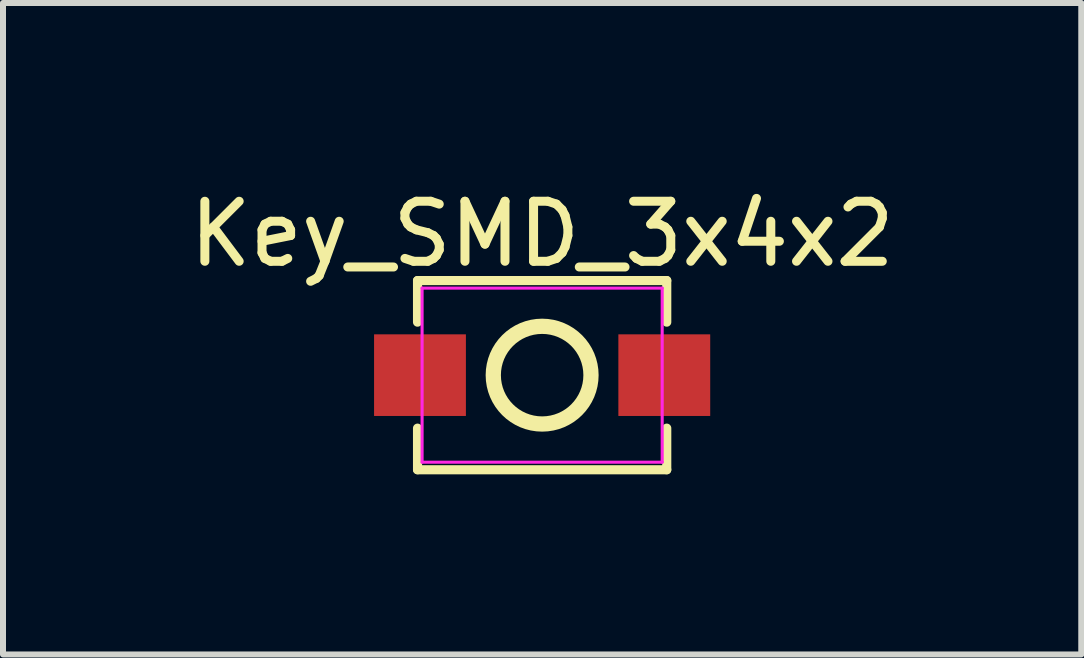
<source format=kicad_pcb>
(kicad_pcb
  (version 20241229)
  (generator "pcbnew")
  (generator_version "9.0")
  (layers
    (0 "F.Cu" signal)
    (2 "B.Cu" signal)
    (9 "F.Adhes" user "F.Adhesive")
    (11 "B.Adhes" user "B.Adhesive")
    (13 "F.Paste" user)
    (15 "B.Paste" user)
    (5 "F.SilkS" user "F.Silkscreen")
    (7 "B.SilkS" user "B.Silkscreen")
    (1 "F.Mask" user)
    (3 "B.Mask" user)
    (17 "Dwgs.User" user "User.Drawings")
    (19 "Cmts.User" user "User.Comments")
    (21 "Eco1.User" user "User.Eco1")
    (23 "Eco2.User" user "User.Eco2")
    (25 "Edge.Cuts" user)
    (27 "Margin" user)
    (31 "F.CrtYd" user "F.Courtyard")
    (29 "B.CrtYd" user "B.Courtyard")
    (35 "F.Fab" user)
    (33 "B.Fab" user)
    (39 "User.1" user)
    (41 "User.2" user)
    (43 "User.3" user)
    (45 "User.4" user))
  (footprint "Key_SMD_3x4x2"
    (layer "F.Cu")
    (at 5.982 3.2)
    (property "Reference" "Key_SMD_3x4x2" (at 0 -2.352 0) (layer "F.SilkS") (effects (font (size 1 1) (thickness 0.15))))
    (fp_line (start -2.076 -1.576) (end -2.076 -0.883) (stroke (width 0.152) (type default)) (layer "F.SilkS"))
    (fp_line (start -2.076 1.576) (end -2.076 0.883) (stroke (width 0.152) (type default)) (layer "F.SilkS"))
    (fp_line (start 2.076 -1.576) (end -2.076 -1.576) (stroke (width 0.152) (type default)) (layer "F.SilkS"))
    (fp_line (start 2.076 -1.576) (end 2.076 -0.883) (stroke (width 0.152) (type default)) (layer "F.SilkS"))
    (fp_line (start 2.076 1.576) (end -2.076 1.576) (stroke (width 0.152) (type default)) (layer "F.SilkS"))
    (fp_line (start 2.076 1.576) (end 2.076 0.883) (stroke (width 0.152) (type default)) (layer "F.SilkS"))
    (fp_circle (center 0 0) (end 0.814 0) (stroke (width 0.254) (type default)) (fill no) (layer "F.SilkS"))
    (fp_line (start -2 -1.45) (end 2 -1.45) (stroke (width 0.051) (type default)) (layer "F.CrtYd"))
    (fp_line (start -2 1.45) (end -2 -1.45) (stroke (width 0.051) (type default)) (layer "F.CrtYd"))
    (fp_line (start 2 -1.45) (end 2 1.45) (stroke (width 0.051) (type default)) (layer "F.CrtYd"))
    (fp_line (start 2 1.45) (end -2 1.45) (stroke (width 0.051) (type default)) (layer "F.CrtYd"))
    (fp_poly (pts (xy -2.5 -0.65) (xy -2.5 0.65) (xy -1.3 0.65) (xy -1.3 -0.65)) (stroke (width 0.1) (type default)) (fill no) (layer "User.1"))
    (fp_poly (pts (xy 2.5 -0.65) (xy 2.5 0.65) (xy 1.3 0.65) (xy 1.3 -0.65)) (stroke (width 0.1) (type default)) (fill no) (layer "User.1"))
    (fp_poly (pts (xy -2.445 1.427) (xy -2.477 1.395) (xy -2.523 1.395) (xy -2.555 1.427) (xy -2.555 1.473) (xy -2.523 1.505) (xy -2.477 1.505) (xy -2.445 1.473)) (stroke (width 0.1) (type default)) (fill no) (layer "User.3"))
    (pad "1" smd rect (at -2.035 0) (size 1.53 1.36) (layers "F.Cu" "F.Mask" "F.Paste"))
    (pad "2" smd rect (at 2.035 0) (size 1.53 1.36) (layers "F.Cu" "F.Mask" "F.Paste")))
  (gr_rect
    (start -3 -3)
    (end 14.964 7.853)
    (stroke (width 0.1) (type default))
    (fill no)
    (layer "Edge.Cuts")))
</source>
